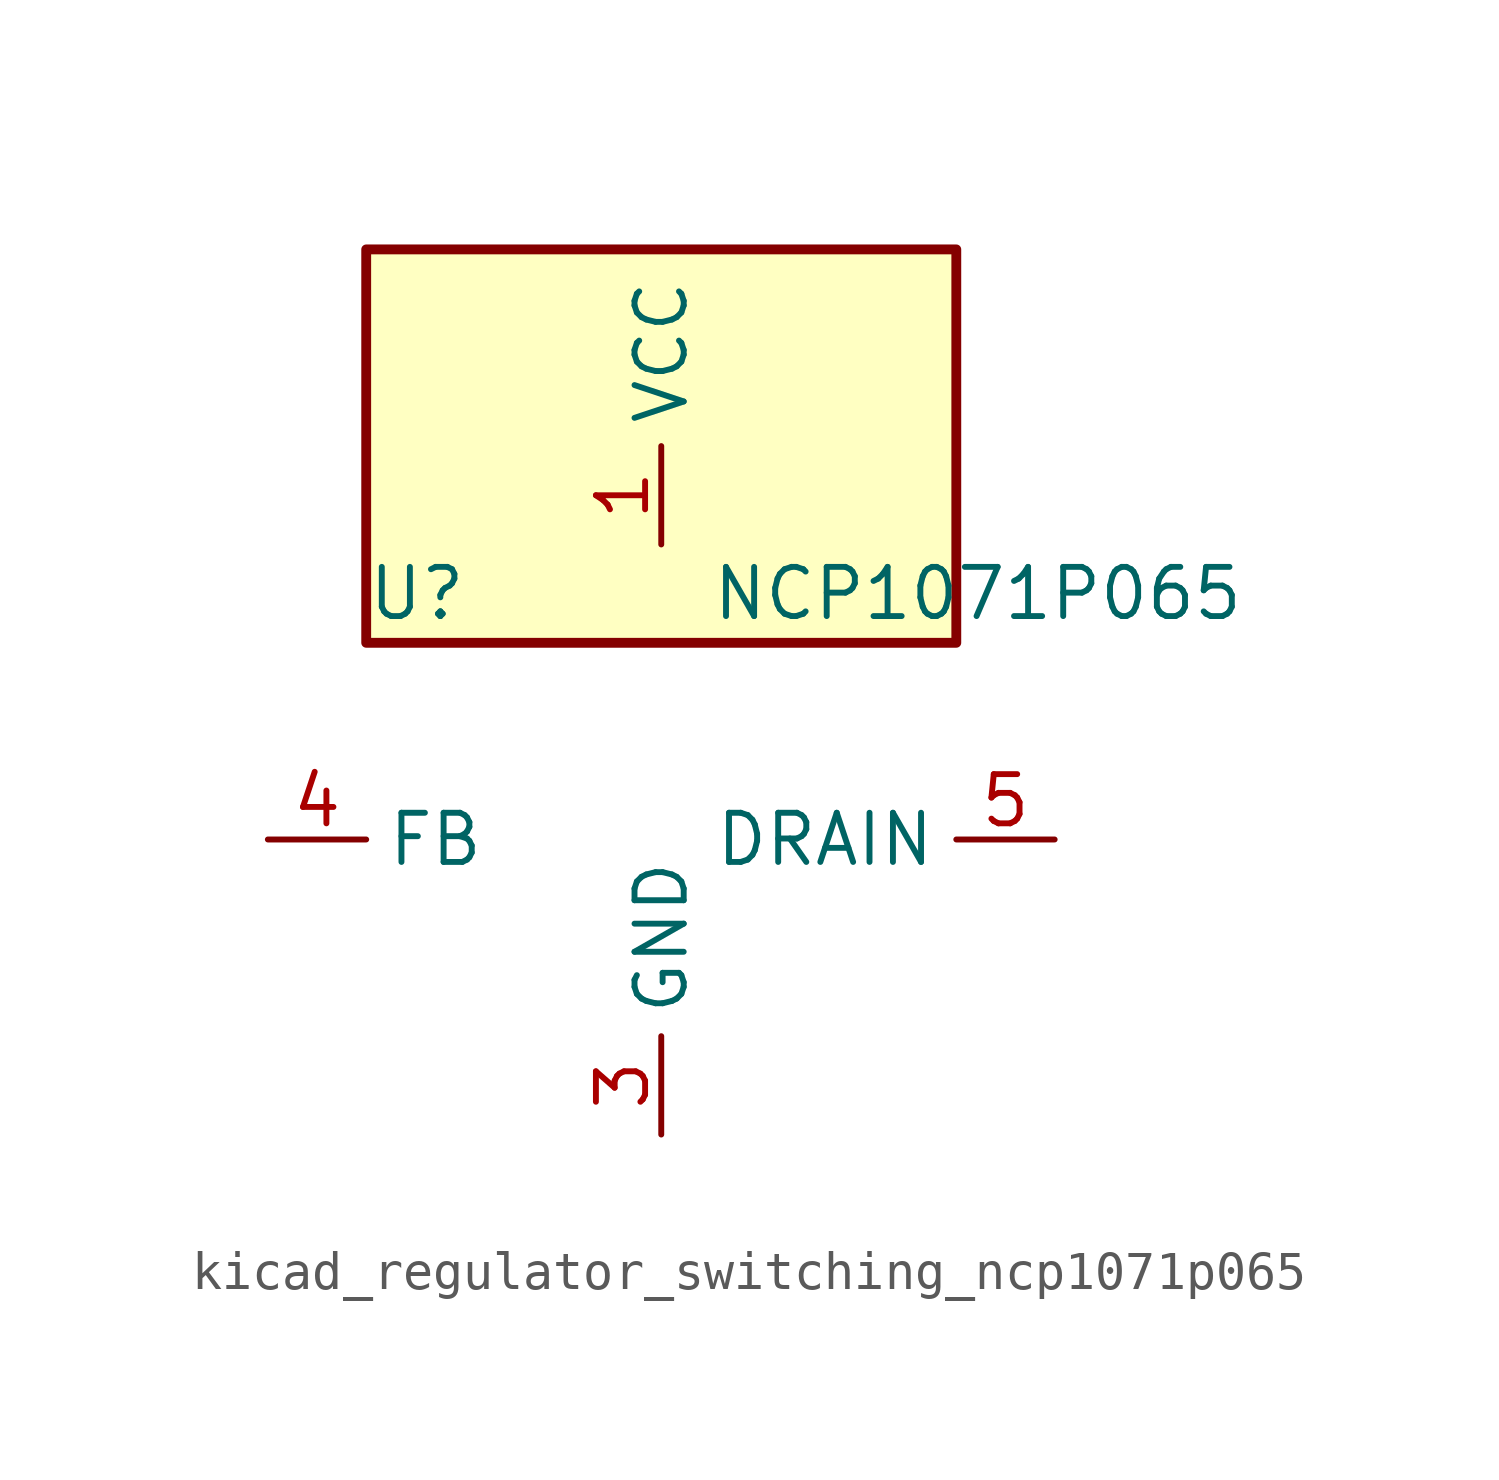
<source format=kicad_sym>
(kicad_symbol_lib
  (version 20220914)
  (generator kicad_symbol_editor)
  (symbol "kicad_regulator_switching_ncp1071p065"
    (property "Reference" "U"
      (at -7.62 6.35 0)
      (effects (font (size 1.27 1.27)) (justify left)))
    (property "Value" "NCP1071P065"
      (at 1.27 6.35 0)
      (effects (font (size 1.27 1.27)) (justify left)))
    (symbol "kicad_regulator_switching_ncp1071p065_0_1"
      (rectangle (start 7.62 15.24) (end -7.62 5.08) (stroke (width 0.254) (type default)) (fill (type background))))
    (symbol "kicad_regulator_switching_ncp1071p065_1_1"
      (pin power_in line (at 0 7.62 90) (length 2.54) (name "VCC" (effects (font (size 1.27 1.27)))) (number "1" (effects (font (size 1.27 1.27)))))
      (pin no_connect line (at -7.62 2.54 0) (length 2.54) hide (name "NC" (effects (font (size 1.27 1.27)))) (number "2" (effects (font (size 1.27 1.27)))))
      (pin power_in line (at 0 -7.62 90) (length 2.54) (name "GND" (effects (font (size 1.27 1.27)))) (number "3" (effects (font (size 1.27 1.27)))))
      (pin input line (at -10.16 0 0) (length 2.54) (name "FB" (effects (font (size 1.27 1.27)))) (number "4" (effects (font (size 1.27 1.27)))))
      (pin open_collector line (at 10.16 0 180) (length 2.54) (name "DRAIN" (effects (font (size 1.27 1.27)))) (number "5" (effects (font (size 1.27 1.27)))))
      (pin passive line (at 0 -7.62 90) (length 2.54) hide (name "GND" (effects (font (size 1.27 1.27)))) (number "7" (effects (font (size 1.27 1.27)))))
      (pin passive line (at 0 -7.62 90) (length 2.54) hide (name "GND" (effects (font (size 1.27 1.27)))) (number "8" (effects (font (size 1.27 1.27))))))))
</source>
